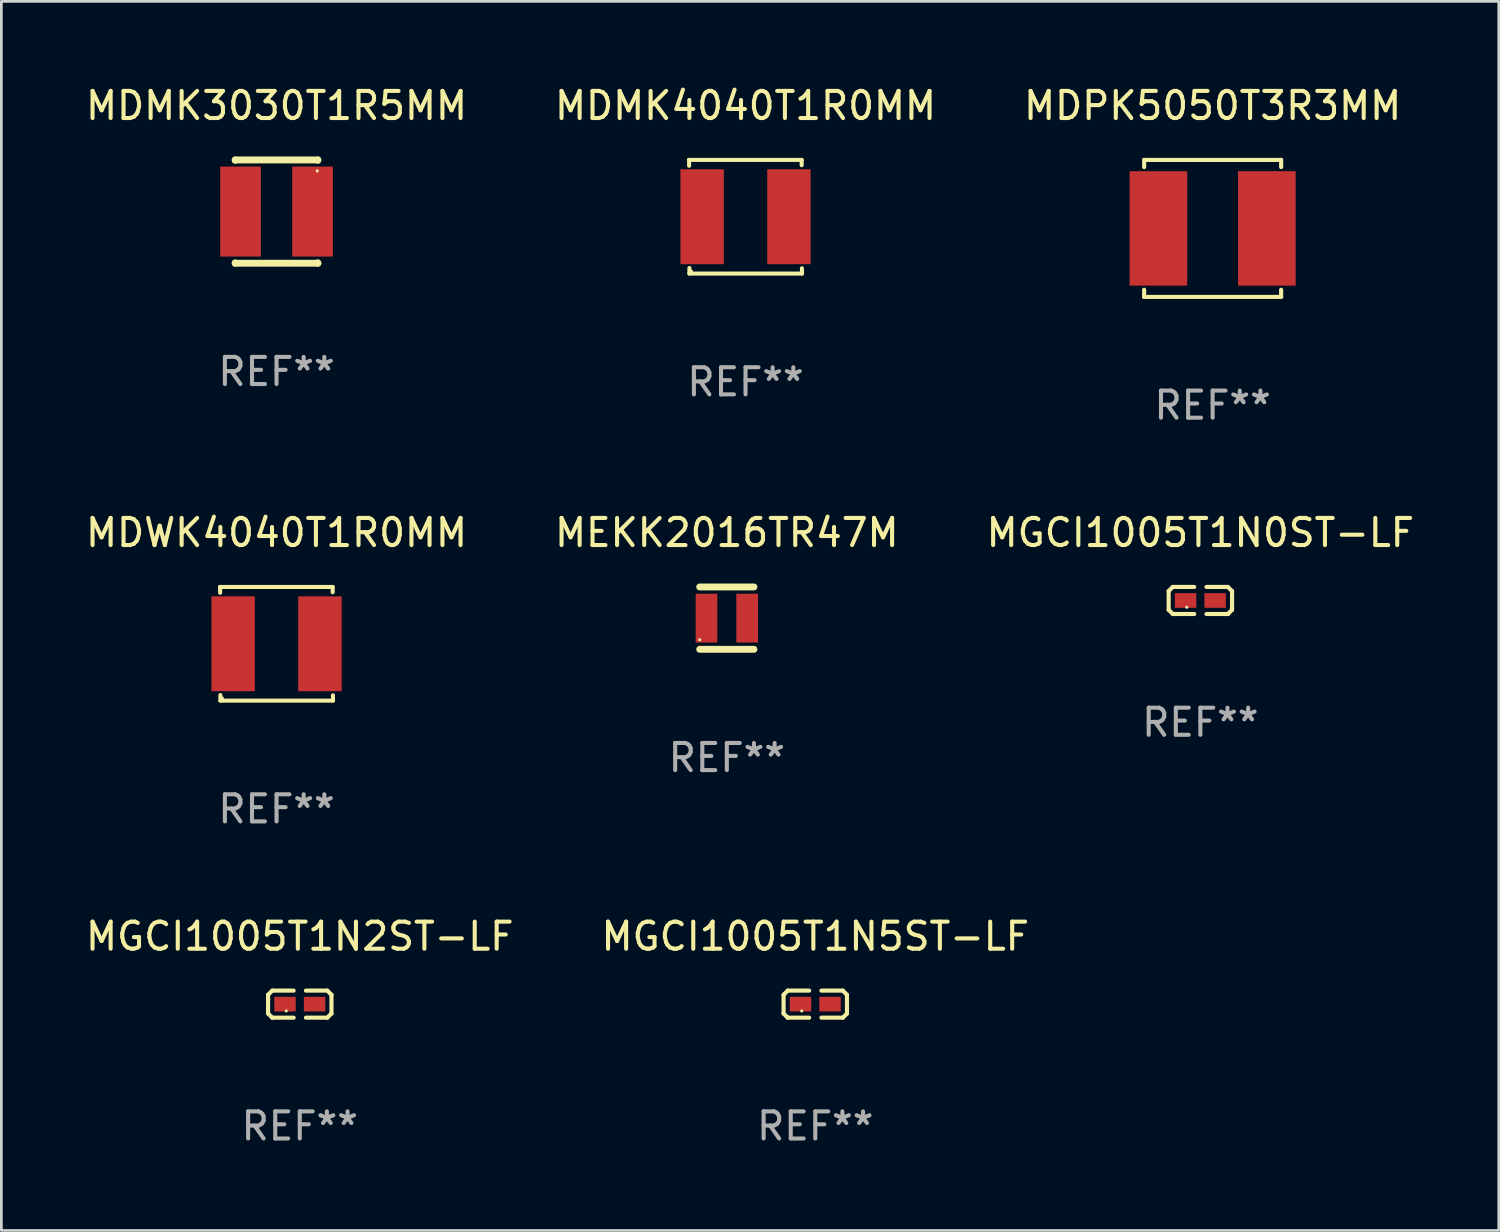
<source format=kicad_pcb>
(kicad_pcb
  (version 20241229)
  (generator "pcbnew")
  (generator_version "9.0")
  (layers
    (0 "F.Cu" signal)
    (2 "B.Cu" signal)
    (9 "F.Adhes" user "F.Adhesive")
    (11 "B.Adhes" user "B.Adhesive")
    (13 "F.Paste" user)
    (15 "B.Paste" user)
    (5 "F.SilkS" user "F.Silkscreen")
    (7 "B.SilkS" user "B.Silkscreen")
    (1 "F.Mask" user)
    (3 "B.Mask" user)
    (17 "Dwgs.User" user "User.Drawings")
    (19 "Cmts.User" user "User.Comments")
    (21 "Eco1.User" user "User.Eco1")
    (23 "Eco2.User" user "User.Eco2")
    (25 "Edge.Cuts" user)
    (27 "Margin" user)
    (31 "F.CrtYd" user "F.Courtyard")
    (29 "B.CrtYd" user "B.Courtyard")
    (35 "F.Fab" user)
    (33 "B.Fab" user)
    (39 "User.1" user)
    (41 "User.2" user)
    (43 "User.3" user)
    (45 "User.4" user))
  (footprint "MGCI1005T1N2ST-LF"
    (layer "F.Cu")
    (at 8.006 33.984)
    (property "Reference" "MGCI1005T1N2ST-LF" (at 0 -2.499 0) (layer "F.SilkS") (effects (font (size 1 1) (thickness 0.15))))
    (attr through_hole)
    (fp_line (start -1.169 -0.346) (end -1.016 -0.499) (stroke (width 0.152) (type solid)) (layer "F.SilkS"))
    (fp_line (start -1.169 0.346) (end -1.169 -0.346) (stroke (width 0.152) (type solid)) (layer "F.SilkS"))
    (fp_line (start -1.016 -0.499) (end -0.226 -0.499) (stroke (width 0.152) (type solid)) (layer "F.SilkS"))
    (fp_line (start -1.016 0.499) (end -1.169 0.346) (stroke (width 0.152) (type solid)) (layer "F.SilkS"))
    (fp_line (start -0.226 0.499) (end -1.016 0.499) (stroke (width 0.152) (type solid)) (layer "F.SilkS"))
    (fp_line (start 0.226 0.499) (end 1.016 0.499) (stroke (width 0.152) (type solid)) (layer "F.SilkS"))
    (fp_line (start 1.016 -0.499) (end 0.226 -0.499) (stroke (width 0.152) (type solid)) (layer "F.SilkS"))
    (fp_line (start 1.016 0.499) (end 1.169 0.346) (stroke (width 0.152) (type solid)) (layer "F.SilkS"))
    (fp_line (start 1.169 -0.346) (end 1.016 -0.499) (stroke (width 0.152) (type solid)) (layer "F.SilkS"))
    (fp_line (start 1.169 0.346) (end 1.169 -0.346) (stroke (width 0.152) (type solid)) (layer "F.SilkS"))
    (fp_circle (center -0.5 0.25) (end -0.47 0.25) (stroke (width 0.06) (type solid)) (fill no) (layer "F.SilkS"))
    (fp_text user "REF**" (at 0 4.499 0) (layer "F.Fab") (effects (font (size 1 1) (thickness 0.15))))
    (pad "1" smd rect (at -0.545 0) (size 0.79 0.54) (layers "F.Cu" "F.Mask" "F.Paste"))
    (pad "2" smd rect (at 0.545 0) (size 0.79 0.54) (layers "F.Cu" "F.Mask" "F.Paste")))
  (footprint "MDMK4040T1R0MM"
    (layer "F.Cu")
    (at 24.446 4.944)
    (property "Reference" "MDMK4040T1R0MM" (at 0 -4.096 0) (layer "F.SilkS") (effects (font (size 1 1) (thickness 0.15))))
    (attr through_hole)
    (fp_line (start -2.083 -2.096) (end -2.08 -1.88) (stroke (width 0.15) (type solid)) (layer "F.SilkS"))
    (fp_line (start -2.07 1.89) (end -2.07 2.096) (stroke (width 0.15) (type solid)) (layer "F.SilkS"))
    (fp_line (start -2.07 2.096) (end 2.083 2.096) (stroke (width 0.15) (type solid)) (layer "F.SilkS"))
    (fp_line (start 2.07 -1.9) (end 2.07 -2.096) (stroke (width 0.15) (type solid)) (layer "F.SilkS"))
    (fp_line (start 2.07 -2.096) (end -2.083 -2.096) (stroke (width 0.15) (type solid)) (layer "F.SilkS"))
    (fp_line (start 2.083 2.096) (end 2.08 1.9) (stroke (width 0.15) (type solid)) (layer "F.SilkS"))
    (fp_circle (center -2 2) (end -1.97 2) (stroke (width 0.06) (type solid)) (fill no) (layer "F.SilkS"))
    (fp_text user "REF**" (at 0 6.096 0) (layer "F.Fab") (effects (font (size 1 1) (thickness 0.15))))
    (pad "1" smd rect (at -1.6 -0.000343) (size 1.6 3.5) (layers "F.Cu" "F.Mask" "F.Paste"))
    (pad "2" smd rect (at 1.6 -0.000343) (size 1.6 3.5) (layers "F.Cu" "F.Mask" "F.Paste")))
  (footprint "MDWK4040T1R0MM"
    (layer "F.Cu")
    (at 7.149 20.693)
    (property "Reference" "MDWK4040T1R0MM" (at 0 -4.096 0) (layer "F.SilkS") (effects (font (size 1 1) (thickness 0.15))))
    (attr through_hole)
    (fp_line (start -2.083 -2.096) (end -2.08 -1.88) (stroke (width 0.15) (type solid)) (layer "F.SilkS"))
    (fp_line (start -2.07 1.89) (end -2.07 2.096) (stroke (width 0.15) (type solid)) (layer "F.SilkS"))
    (fp_line (start -2.07 2.096) (end 2.083 2.096) (stroke (width 0.15) (type solid)) (layer "F.SilkS"))
    (fp_line (start 2.07 -1.9) (end 2.07 -2.096) (stroke (width 0.15) (type solid)) (layer "F.SilkS"))
    (fp_line (start 2.07 -2.096) (end -2.083 -2.096) (stroke (width 0.15) (type solid)) (layer "F.SilkS"))
    (fp_line (start 2.083 2.096) (end 2.08 1.9) (stroke (width 0.15) (type solid)) (layer "F.SilkS"))
    (fp_circle (center -2 2) (end -1.97 2) (stroke (width 0.06) (type solid)) (fill no) (layer "F.SilkS"))
    (fp_text user "REF**" (at 0 6.096 0) (layer "F.Fab") (effects (font (size 1 1) (thickness 0.15))))
    (pad "1" smd rect (at -1.6 -0.000343) (size 1.6 3.5) (layers "F.Cu" "F.Mask" "F.Paste"))
    (pad "2" smd rect (at 1.6 -0.000343) (size 1.6 3.5) (layers "F.Cu" "F.Mask" "F.Paste")))
  (footprint "MDMK3030T1R5MM"
    (layer "F.Cu")
    (at 7.149 4.753)
    (property "Reference" "MDMK3030T1R5MM" (at 0 -3.905 0) (layer "F.SilkS") (effects (font (size 1 1) (thickness 0.15))))
    (attr through_hole)
    (fp_line (start -1.524 -1.905) (end 1.524 -1.905) (stroke (width 0.254) (type solid)) (layer "F.SilkS"))
    (fp_line (start -1.524 -1.891) (end -1.524 -1.905) (stroke (width 0.254) (type solid)) (layer "F.SilkS"))
    (fp_line (start -1.524 1.905) (end -1.524 1.891) (stroke (width 0.254) (type solid)) (layer "F.SilkS"))
    (fp_line (start -1.524 1.905) (end 1.524 1.905) (stroke (width 0.254) (type solid)) (layer "F.SilkS"))
    (fp_line (start 1.524 -1.905) (end 1.524 -1.891) (stroke (width 0.254) (type solid)) (layer "F.SilkS"))
    (fp_line (start 1.524 1.891) (end 1.524 1.905) (stroke (width 0.254) (type solid)) (layer "F.SilkS"))
    (fp_circle (center 1.5 -1.5) (end 1.53 -1.5) (stroke (width 0.06) (type solid)) (fill no) (layer "F.SilkS"))
    (fp_text user "REF**" (at 0 5.905 0) (layer "F.Fab") (effects (font (size 1 1) (thickness 0.15))))
    (pad "1" smd rect (at 1.328 0) (size 1.5 3.32) (layers "F.Cu" "F.Mask" "F.Paste"))
    (pad "2" smd rect (at -1.328 0) (size 1.5 3.32) (layers "F.Cu" "F.Mask" "F.Paste")))
  (footprint "MGCI1005T1N5ST-LF"
    (layer "F.Cu")
    (at 27.018 33.984)
    (property "Reference" "MGCI1005T1N5ST-LF" (at 0 -2.499 0) (layer "F.SilkS") (effects (font (size 1 1) (thickness 0.15))))
    (attr through_hole)
    (fp_line (start -1.169 -0.346) (end -1.016 -0.499) (stroke (width 0.152) (type solid)) (layer "F.SilkS"))
    (fp_line (start -1.169 0.346) (end -1.169 -0.346) (stroke (width 0.152) (type solid)) (layer "F.SilkS"))
    (fp_line (start -1.016 -0.499) (end -0.226 -0.499) (stroke (width 0.152) (type solid)) (layer "F.SilkS"))
    (fp_line (start -1.016 0.499) (end -1.169 0.346) (stroke (width 0.152) (type solid)) (layer "F.SilkS"))
    (fp_line (start -0.226 0.499) (end -1.016 0.499) (stroke (width 0.152) (type solid)) (layer "F.SilkS"))
    (fp_line (start 0.226 0.499) (end 1.016 0.499) (stroke (width 0.152) (type solid)) (layer "F.SilkS"))
    (fp_line (start 1.016 -0.499) (end 0.226 -0.499) (stroke (width 0.152) (type solid)) (layer "F.SilkS"))
    (fp_line (start 1.016 0.499) (end 1.169 0.346) (stroke (width 0.152) (type solid)) (layer "F.SilkS"))
    (fp_line (start 1.169 -0.346) (end 1.016 -0.499) (stroke (width 0.152) (type solid)) (layer "F.SilkS"))
    (fp_line (start 1.169 0.346) (end 1.169 -0.346) (stroke (width 0.152) (type solid)) (layer "F.SilkS"))
    (fp_circle (center -0.5 0.25) (end -0.47 0.25) (stroke (width 0.06) (type solid)) (fill no) (layer "F.SilkS"))
    (fp_text user "REF**" (at 0 4.499 0) (layer "F.Fab") (effects (font (size 1 1) (thickness 0.15))))
    (pad "1" smd rect (at -0.545 0) (size 0.79 0.54) (layers "F.Cu" "F.Mask" "F.Paste"))
    (pad "2" smd rect (at 0.545 0) (size 0.79 0.54) (layers "F.Cu" "F.Mask" "F.Paste")))
  (footprint "MGCI1005T1N0ST-LF"
    (layer "F.Cu")
    (at 41.22 19.096)
    (property "Reference" "MGCI1005T1N0ST-LF" (at 0 -2.499 0) (layer "F.SilkS") (effects (font (size 1 1) (thickness 0.15))))
    (attr through_hole)
    (fp_line (start -1.169 -0.346) (end -1.016 -0.499) (stroke (width 0.152) (type solid)) (layer "F.SilkS"))
    (fp_line (start -1.169 0.346) (end -1.169 -0.346) (stroke (width 0.152) (type solid)) (layer "F.SilkS"))
    (fp_line (start -1.016 -0.499) (end -0.226 -0.499) (stroke (width 0.152) (type solid)) (layer "F.SilkS"))
    (fp_line (start -1.016 0.499) (end -1.169 0.346) (stroke (width 0.152) (type solid)) (layer "F.SilkS"))
    (fp_line (start -0.226 0.499) (end -1.016 0.499) (stroke (width 0.152) (type solid)) (layer "F.SilkS"))
    (fp_line (start 0.226 0.499) (end 1.016 0.499) (stroke (width 0.152) (type solid)) (layer "F.SilkS"))
    (fp_line (start 1.016 -0.499) (end 0.226 -0.499) (stroke (width 0.152) (type solid)) (layer "F.SilkS"))
    (fp_line (start 1.016 0.499) (end 1.169 0.346) (stroke (width 0.152) (type solid)) (layer "F.SilkS"))
    (fp_line (start 1.169 -0.346) (end 1.016 -0.499) (stroke (width 0.152) (type solid)) (layer "F.SilkS"))
    (fp_line (start 1.169 0.346) (end 1.169 -0.346) (stroke (width 0.152) (type solid)) (layer "F.SilkS"))
    (fp_circle (center -0.5 0.25) (end -0.47 0.25) (stroke (width 0.06) (type solid)) (fill no) (layer "F.SilkS"))
    (fp_text user "REF**" (at 0 4.499 0) (layer "F.Fab") (effects (font (size 1 1) (thickness 0.15))))
    (pad "1" smd rect (at -0.545 0) (size 0.79 0.54) (layers "F.Cu" "F.Mask" "F.Paste"))
    (pad "2" smd rect (at 0.545 0) (size 0.79 0.54) (layers "F.Cu" "F.Mask" "F.Paste")))
  (footprint "MEKK2016TR47M"
    (layer "F.Cu")
    (at 23.756 19.747)
    (property "Reference" "MEKK2016TR47M" (at 0 -3.15 0) (layer "F.SilkS") (effects (font (size 1 1) (thickness 0.15))))
    (attr through_hole)
    (fp_line (start -1 -1.15) (end 1 -1.15) (stroke (width 0.254) (type solid)) (layer "F.SilkS"))
    (fp_line (start 1 1.15) (end -1 1.15) (stroke (width 0.254) (type solid)) (layer "F.SilkS"))
    (fp_circle (center -1 0.8) (end -0.97 0.8) (stroke (width 0.06) (type solid)) (fill no) (layer "F.SilkS"))
    (fp_text user "REF**" (at 0 5.15 0) (layer "F.Fab") (effects (font (size 1 1) (thickness 0.15))))
    (pad "1" smd rect (at -0.75 0 90) (size 1.8 0.8) (layers "F.Cu" "F.Mask" "F.Paste"))
    (pad "2" smd rect (at 0.75 0 90) (size 1.8 0.8) (layers "F.Cu" "F.Mask" "F.Paste")))
  (footprint "MDPK5050T3R3MM"
    (layer "F.Cu")
    (at 41.673 5.374)
    (property "Reference" "MDPK5050T3R3MM" (at 0 -4.526 0) (layer "F.SilkS") (effects (font (size 1 1) (thickness 0.15))))
    (attr through_hole)
    (fp_line (start -2.526 -2.526) (end 2.526 -2.526) (stroke (width 0.152) (type solid)) (layer "F.SilkS"))
    (fp_line (start -2.526 -2.262) (end -2.526 -2.526) (stroke (width 0.152) (type solid)) (layer "F.SilkS"))
    (fp_line (start -2.526 2.262) (end -2.526 2.526) (stroke (width 0.152) (type solid)) (layer "F.SilkS"))
    (fp_line (start -2.526 2.526) (end 2.526 2.526) (stroke (width 0.152) (type solid)) (layer "F.SilkS"))
    (fp_line (start 2.526 -2.526) (end 2.526 -2.262) (stroke (width 0.152) (type solid)) (layer "F.SilkS"))
    (fp_line (start 2.526 2.526) (end 2.526 2.262) (stroke (width 0.152) (type solid)) (layer "F.SilkS"))
    (fp_circle (center 2.5 -2.5) (end 2.53 -2.5) (stroke (width 0.06) (type solid)) (fill no) (layer "F.SilkS"))
    (fp_text user "REF**" (at 0 6.526 0) (layer "F.Fab") (effects (font (size 1 1) (thickness 0.15))))
    (pad "1" smd rect (at 2 0) (size 2.124 4.22) (layers "F.Cu" "F.Mask" "F.Paste"))
    (pad "2" smd rect (at -2 0) (size 2.124 4.22) (layers "F.Cu" "F.Mask" "F.Paste")))
  (gr_rect
    (start -3 -3)
    (end 52.226 42.331)
    (stroke (width 0.1) (type default))
    (fill no)
    (layer "Edge.Cuts")))
</source>
